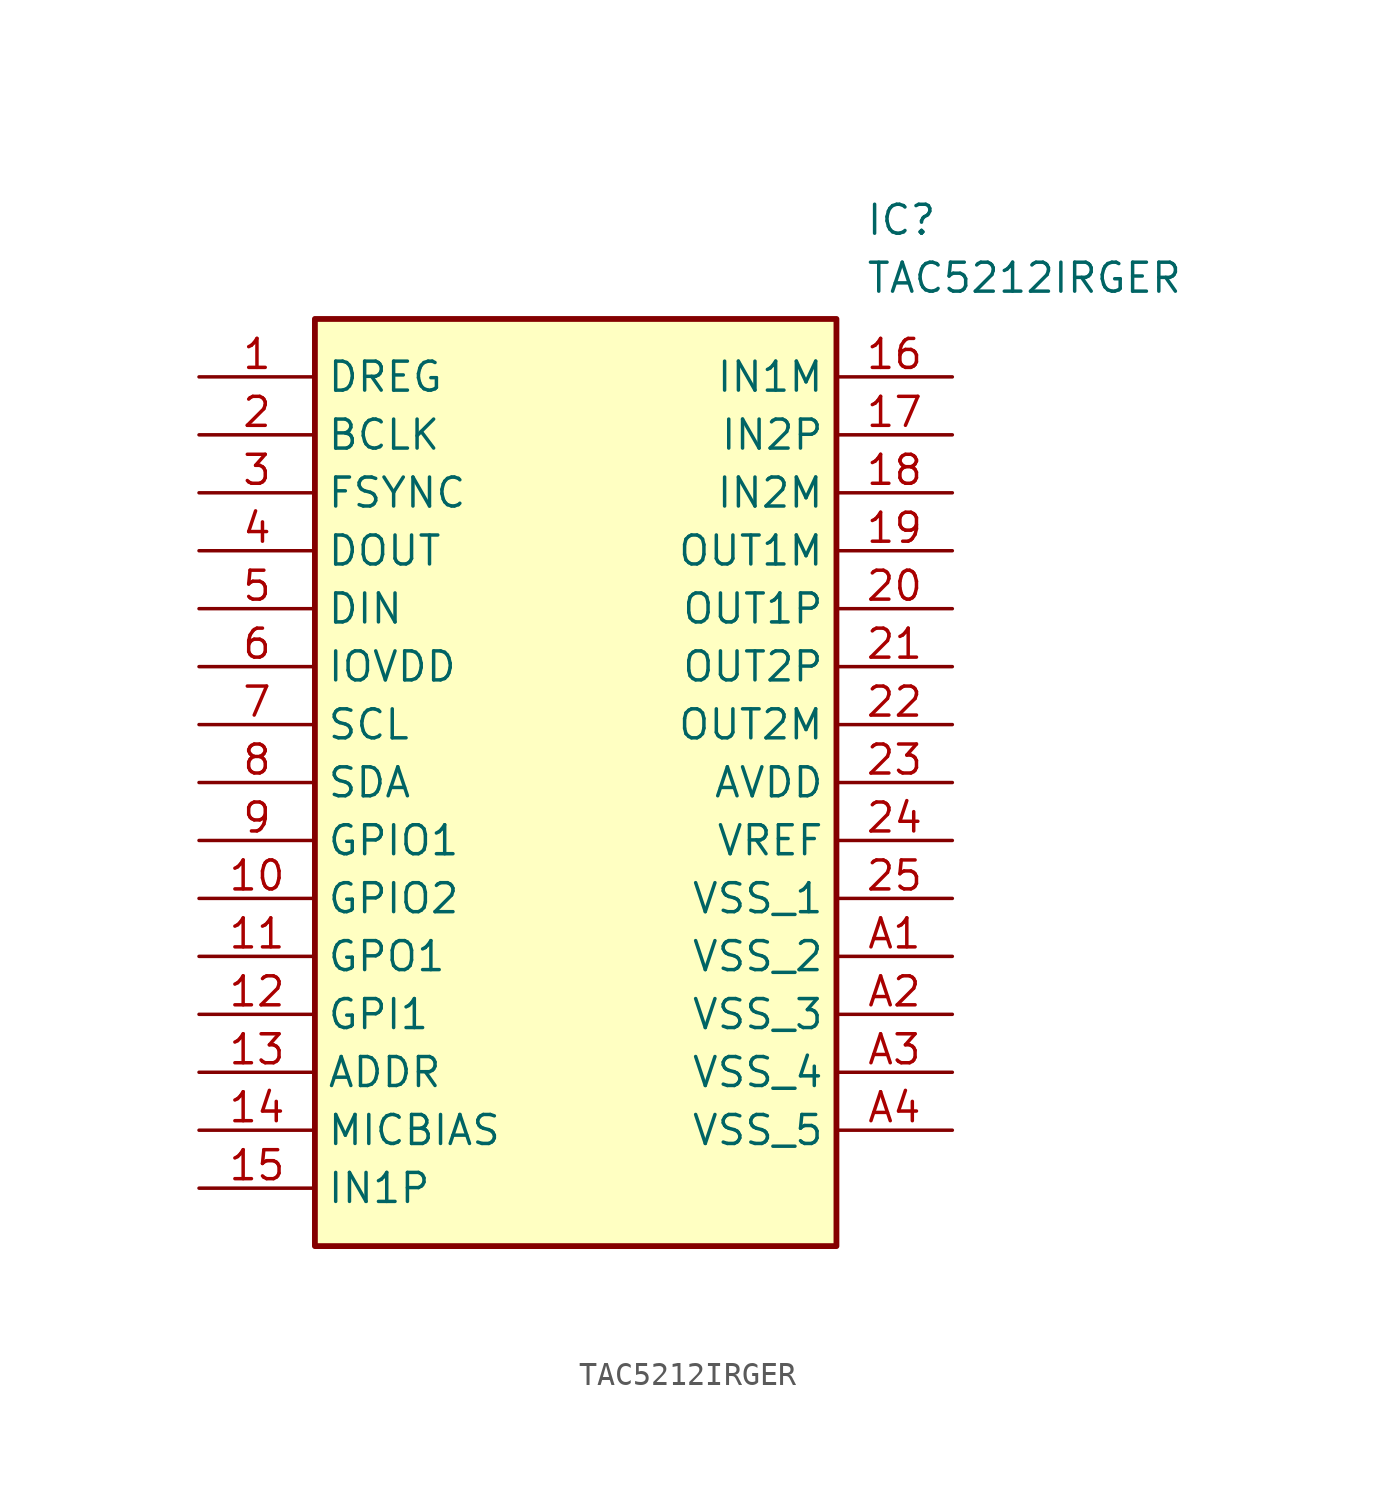
<source format=kicad_sym>
(kicad_symbol_lib
  (version 20241209)
  (generator "kicad_symbol_editor")
  (generator_version "9.0")
  (symbol "TAC5212IRGER"
    (property "Reference" "IC"
      (at 29.21 7.62 0)
      (effects (font (size 1.27 1.27)) (justify left top)))
    (property "Value" "TAC5212IRGER"
      (at 29.21 5.08 0)
      (effects (font (size 1.27 1.27)) (justify left top)))
    (symbol "TAC5212IRGER_1_1"
      (rectangle (start 5.08 2.54) (end 27.94 -38.1) (stroke (width 0.254) (type default)) (fill (type background)))
      (pin passive line (at 0 0 0) (length 5.08) (name "DREG" (effects (font (size 1.27 1.27)))) (number "1" (effects (font (size 1.27 1.27)))))
      (pin passive line (at 0 -2.54 0) (length 5.08) (name "BCLK" (effects (font (size 1.27 1.27)))) (number "2" (effects (font (size 1.27 1.27)))))
      (pin passive line (at 0 -5.08 0) (length 5.08) (name "FSYNC" (effects (font (size 1.27 1.27)))) (number "3" (effects (font (size 1.27 1.27)))))
      (pin passive line (at 0 -7.62 0) (length 5.08) (name "DOUT" (effects (font (size 1.27 1.27)))) (number "4" (effects (font (size 1.27 1.27)))))
      (pin passive line (at 0 -10.16 0) (length 5.08) (name "DIN" (effects (font (size 1.27 1.27)))) (number "5" (effects (font (size 1.27 1.27)))))
      (pin passive line (at 0 -12.7 0) (length 5.08) (name "IOVDD" (effects (font (size 1.27 1.27)))) (number "6" (effects (font (size 1.27 1.27)))))
      (pin passive line (at 0 -15.24 0) (length 5.08) (name "SCL" (effects (font (size 1.27 1.27)))) (number "7" (effects (font (size 1.27 1.27)))))
      (pin passive line (at 0 -17.78 0) (length 5.08) (name "SDA" (effects (font (size 1.27 1.27)))) (number "8" (effects (font (size 1.27 1.27)))))
      (pin passive line (at 0 -20.32 0) (length 5.08) (name "GPIO1" (effects (font (size 1.27 1.27)))) (number "9" (effects (font (size 1.27 1.27)))))
      (pin passive line (at 0 -22.86 0) (length 5.08) (name "GPIO2" (effects (font (size 1.27 1.27)))) (number "10" (effects (font (size 1.27 1.27)))))
      (pin passive line (at 0 -25.4 0) (length 5.08) (name "GPO1" (effects (font (size 1.27 1.27)))) (number "11" (effects (font (size 1.27 1.27)))))
      (pin passive line (at 0 -27.94 0) (length 5.08) (name "GPI1" (effects (font (size 1.27 1.27)))) (number "12" (effects (font (size 1.27 1.27)))))
      (pin passive line (at 0 -30.48 0) (length 5.08) (name "ADDR" (effects (font (size 1.27 1.27)))) (number "13" (effects (font (size 1.27 1.27)))))
      (pin passive line (at 0 -33.02 0) (length 5.08) (name "MICBIAS" (effects (font (size 1.27 1.27)))) (number "14" (effects (font (size 1.27 1.27)))))
      (pin passive line (at 0 -35.56 0) (length 5.08) (name "IN1P" (effects (font (size 1.27 1.27)))) (number "15" (effects (font (size 1.27 1.27)))))
      (pin passive line (at 33.02 0 180) (length 5.08) (name "IN1M" (effects (font (size 1.27 1.27)))) (number "16" (effects (font (size 1.27 1.27)))))
      (pin passive line (at 33.02 -2.54 180) (length 5.08) (name "IN2P" (effects (font (size 1.27 1.27)))) (number "17" (effects (font (size 1.27 1.27)))))
      (pin passive line (at 33.02 -5.08 180) (length 5.08) (name "IN2M" (effects (font (size 1.27 1.27)))) (number "18" (effects (font (size 1.27 1.27)))))
      (pin passive line (at 33.02 -7.62 180) (length 5.08) (name "OUT1M" (effects (font (size 1.27 1.27)))) (number "19" (effects (font (size 1.27 1.27)))))
      (pin passive line (at 33.02 -10.16 180) (length 5.08) (name "OUT1P" (effects (font (size 1.27 1.27)))) (number "20" (effects (font (size 1.27 1.27)))))
      (pin passive line (at 33.02 -12.7 180) (length 5.08) (name "OUT2P" (effects (font (size 1.27 1.27)))) (number "21" (effects (font (size 1.27 1.27)))))
      (pin passive line (at 33.02 -15.24 180) (length 5.08) (name "OUT2M" (effects (font (size 1.27 1.27)))) (number "22" (effects (font (size 1.27 1.27)))))
      (pin passive line (at 33.02 -17.78 180) (length 5.08) (name "AVDD" (effects (font (size 1.27 1.27)))) (number "23" (effects (font (size 1.27 1.27)))))
      (pin passive line (at 33.02 -20.32 180) (length 5.08) (name "VREF" (effects (font (size 1.27 1.27)))) (number "24" (effects (font (size 1.27 1.27)))))
      (pin passive line (at 33.02 -22.86 180) (length 5.08) (name "VSS_1" (effects (font (size 1.27 1.27)))) (number "25" (effects (font (size 1.27 1.27)))))
      (pin passive line (at 33.02 -25.4 180) (length 5.08) (name "VSS_2" (effects (font (size 1.27 1.27)))) (number "A1" (effects (font (size 1.27 1.27)))))
      (pin passive line (at 33.02 -27.94 180) (length 5.08) (name "VSS_3" (effects (font (size 1.27 1.27)))) (number "A2" (effects (font (size 1.27 1.27)))))
      (pin passive line (at 33.02 -30.48 180) (length 5.08) (name "VSS_4" (effects (font (size 1.27 1.27)))) (number "A3" (effects (font (size 1.27 1.27)))))
      (pin passive line (at 33.02 -33.02 180) (length 5.08) (name "VSS_5" (effects (font (size 1.27 1.27)))) (number "A4" (effects (font (size 1.27 1.27))))))))
</source>
